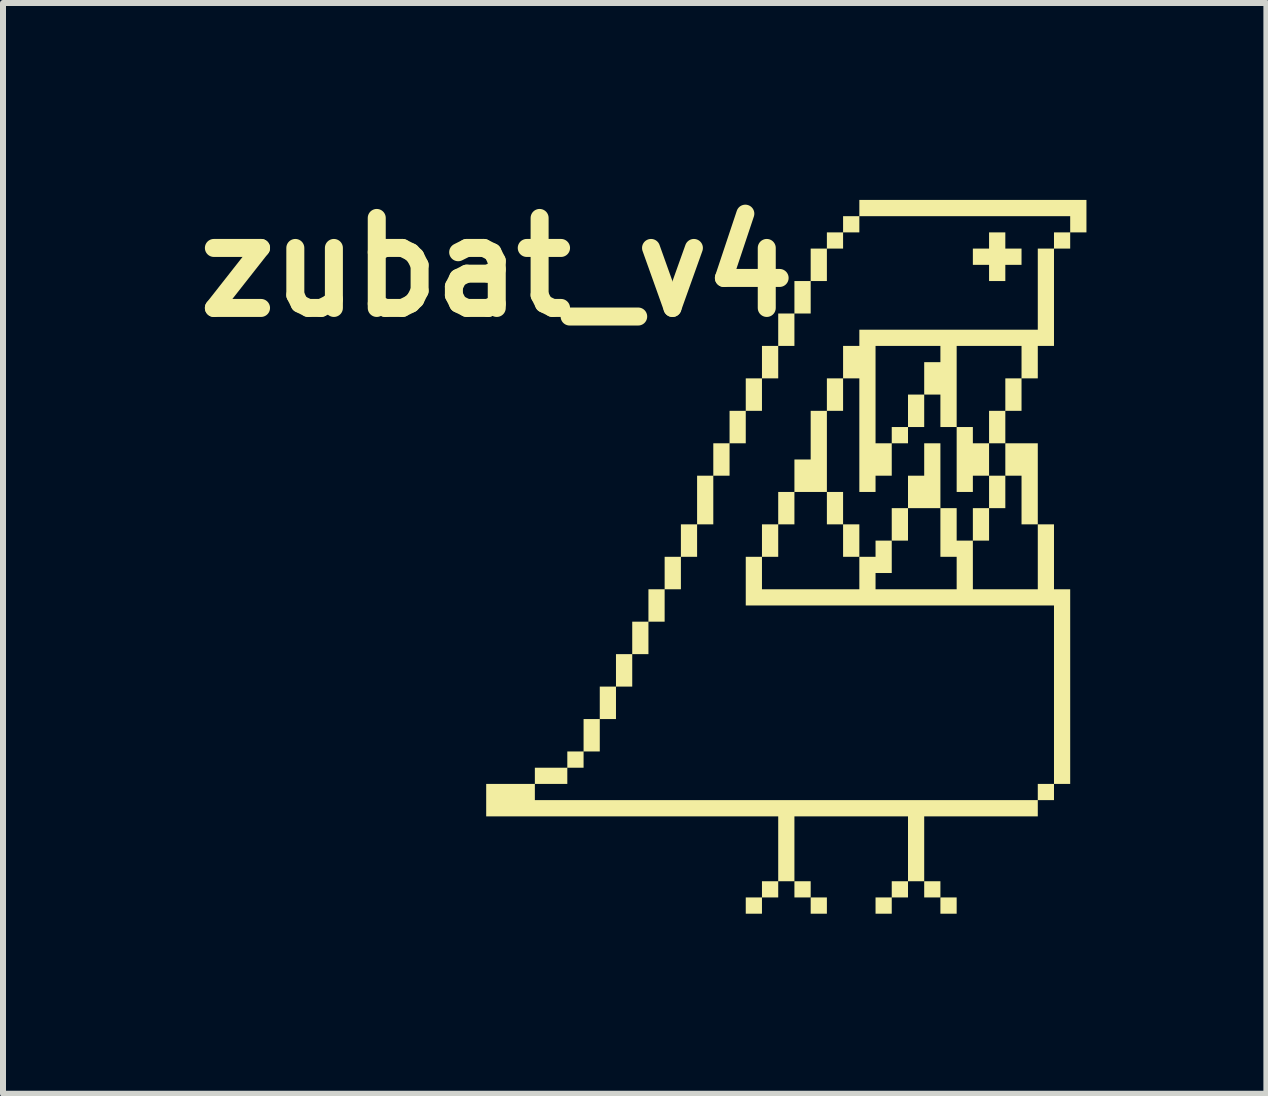
<source format=kicad_pcb>
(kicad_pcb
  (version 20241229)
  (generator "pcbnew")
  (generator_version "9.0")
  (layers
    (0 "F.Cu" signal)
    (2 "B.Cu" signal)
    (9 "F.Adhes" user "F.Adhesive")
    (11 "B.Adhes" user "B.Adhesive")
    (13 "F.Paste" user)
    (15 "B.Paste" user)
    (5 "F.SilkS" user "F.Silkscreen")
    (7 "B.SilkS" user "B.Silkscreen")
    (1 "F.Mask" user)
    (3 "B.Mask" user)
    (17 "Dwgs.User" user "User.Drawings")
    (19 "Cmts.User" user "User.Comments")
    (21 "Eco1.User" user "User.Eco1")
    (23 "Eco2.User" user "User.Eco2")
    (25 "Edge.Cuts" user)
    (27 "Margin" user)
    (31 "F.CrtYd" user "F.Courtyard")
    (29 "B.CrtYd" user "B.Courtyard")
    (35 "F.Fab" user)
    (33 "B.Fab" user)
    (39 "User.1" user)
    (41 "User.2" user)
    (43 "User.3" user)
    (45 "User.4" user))
  (footprint "zubat_v4"
    (layer "F.Cu")
    (at 10.055 6.23)
    (property "Reference" "zubat_v4" (at -4.826 -4.826 0) (layer "F.SilkS") (effects (font (size 1.5 1.5) (thickness 0.3))))
    (attr board_only exclude_from_pos_files exclude_from_bom)
    (fp_poly (pts (xy 0.406 5.542) (xy 0.406 5.677) (xy 0.27 5.677) (xy 0.135 5.677) (xy 0.135 5.542) (xy 0.135 5.407) (xy 0.27 5.407) (xy 0.406 5.407)) (stroke (width 0) (type solid)) (fill yes) (layer "F.SilkS"))
    (fp_poly (pts (xy 0.676 5.813) (xy 0.676 5.948) (xy 0.541 5.948) (xy 0.406 5.948) (xy 0.406 5.813) (xy 0.406 5.677) (xy 0.541 5.677) (xy 0.676 5.677)) (stroke (width 0) (type solid)) (fill yes) (layer "F.SilkS"))
    (fp_poly (pts (xy 0.946 -0.811) (xy 0.946 -0.541) (xy 0.811 -0.541) (xy 0.676 -0.541) (xy 0.676 -0.811) (xy 0.676 -1.081) (xy 0.811 -1.081) (xy 0.946 -1.081)) (stroke (width 0) (type solid)) (fill yes) (layer "F.SilkS"))
    (fp_poly (pts (xy 1.217 -0.27) (xy 1.217 0) (xy 1.081 0) (xy 0.946 0) (xy 0.946 -0.27) (xy 0.946 -0.541) (xy 1.081 -0.541) (xy 1.217 -0.541)) (stroke (width 0) (type solid)) (fill yes) (layer "F.SilkS"))
    (fp_poly (pts (xy 2.568 5.542) (xy 2.568 5.677) (xy 2.433 5.677) (xy 2.298 5.677) (xy 2.298 5.542) (xy 2.298 5.407) (xy 2.433 5.407) (xy 2.568 5.407)) (stroke (width 0) (type solid)) (fill yes) (layer "F.SilkS"))
    (fp_poly (pts (xy 2.839 5.813) (xy 2.839 5.948) (xy 2.704 5.948) (xy 2.568 5.948) (xy 2.568 5.813) (xy 2.568 5.677) (xy 2.704 5.677) (xy 2.839 5.677)) (stroke (width 0) (type solid)) (fill yes) (layer "F.SilkS"))
    (fp_poly (pts (xy 4.191 -1.217) (xy 4.191 -0.541) (xy 4.055 -0.541) (xy 3.92 -0.541) (xy 3.92 -0.946) (xy 3.92 -1.352) (xy 3.785 -1.352) (xy 3.65 -1.352) (xy 3.65 -1.622) (xy 3.65 -1.892) (xy 3.92 -1.892) (xy 4.191 -1.892)) (stroke (width 0) (type solid)) (fill yes) (layer "F.SilkS"))
    (fp_poly (pts (xy 2.298 -2.433) (xy 2.298 -2.163) (xy 2.163 -2.163) (xy 2.028 -2.163) (xy 2.028 -2.028) (xy 2.028 -1.892) (xy 1.892 -1.892) (xy 1.757 -1.892) (xy 1.757 -2.028) (xy 1.757 -2.163) (xy 1.892 -2.163) (xy 2.028 -2.163) (xy 2.028 -2.433) (xy 2.028 -2.704) (xy 2.163 -2.704) (xy 2.298 -2.704)) (stroke (width 0) (type solid)) (fill yes) (layer "F.SilkS"))
    (fp_poly (pts (xy 3.109 -2.028) (xy 3.109 -1.892) (xy 3.244 -1.892) (xy 3.379 -1.892) (xy 3.379 -1.622) (xy 3.379 -1.352) (xy 3.244 -1.352) (xy 3.109 -1.352) (xy 3.109 -1.217) (xy 3.109 -1.081) (xy 2.974 -1.081) (xy 2.839 -1.081) (xy 2.839 -1.622) (xy 2.839 -2.163) (xy 2.974 -2.163) (xy 3.109 -2.163)) (stroke (width 0) (type solid)) (fill yes) (layer "F.SilkS"))
    (fp_poly (pts (xy 3.65 -1.081) (xy 3.65 -0.811) (xy 3.515 -0.811) (xy 3.379 -0.811) (xy 3.379 -0.541) (xy 3.379 -0.27) (xy 3.244 -0.27) (xy 3.109 -0.27) (xy 3.109 -0.541) (xy 3.109 -0.811) (xy 3.244 -0.811) (xy 3.379 -0.811) (xy 3.379 -1.081) (xy 3.379 -1.352) (xy 3.515 -1.352) (xy 3.65 -1.352)) (stroke (width 0) (type solid)) (fill yes) (layer "F.SilkS"))
    (fp_poly (pts (xy 2.568 -1.352) (xy 2.568 -0.811) (xy 2.298 -0.811) (xy 2.028 -0.811) (xy 2.028 -0.541) (xy 2.028 -0.27) (xy 1.892 -0.27) (xy 1.757 -0.27) (xy 1.757 -0.541) (xy 1.757 -0.811) (xy 1.892 -0.811) (xy 2.028 -0.811) (xy 2.028 -1.081) (xy 2.028 -1.352) (xy 2.163 -1.352) (xy 2.298 -1.352) (xy 2.298 -1.622) (xy 2.298 -1.892) (xy 2.433 -1.892) (xy 2.568 -1.892)) (stroke (width 0) (type solid)) (fill yes) (layer "F.SilkS"))
    (fp_poly (pts (xy 3.65 -5.272) (xy 3.65 -5.137) (xy 3.785 -5.137) (xy 3.92 -5.137) (xy 3.92 -5.002) (xy 3.92 -4.866) (xy 3.785 -4.866) (xy 3.65 -4.866) (xy 3.65 -4.731) (xy 3.65 -4.596) (xy 3.515 -4.596) (xy 3.379 -4.596) (xy 3.379 -4.731) (xy 3.379 -4.866) (xy 3.244 -4.866) (xy 3.109 -4.866) (xy 3.109 -5.002) (xy 3.109 -5.137) (xy 3.244 -5.137) (xy 3.379 -5.137) (xy 3.379 -5.272) (xy 3.379 -5.407) (xy 3.515 -5.407) (xy 3.65 -5.407)) (stroke (width 0) (type solid)) (fill yes) (layer "F.SilkS"))
    (fp_poly (pts (xy 0.946 -2.704) (xy 0.946 -2.433) (xy 0.811 -2.433) (xy 0.676 -2.433) (xy 0.676 -1.757) (xy 0.676 -1.081) (xy 0.406 -1.081) (xy 0.135 -1.081) (xy 0.135 -0.811) (xy 0.135 -0.541) (xy 0 -0.541) (xy -0.135 -0.541) (xy -0.135 -0.27) (xy -0.135 0) (xy -0.27 0) (xy -0.406 0) (xy -0.406 -0.27) (xy -0.406 -0.541) (xy -0.27 -0.541) (xy -0.135 -0.541) (xy -0.135 -0.811) (xy -0.135 -1.081) (xy 0 -1.081) (xy 0.135 -1.081) (xy 0.135 -1.352) (xy 0.135 -1.622) (xy 0.27 -1.622) (xy 0.406 -1.622) (xy 0.406 -2.028) (xy 0.406 -2.433) (xy 0.541 -2.433) (xy 0.676 -2.433) (xy 0.676 -2.704) (xy 0.676 -2.974) (xy 0.811 -2.974) (xy 0.946 -2.974)) (stroke (width 0) (type solid)) (fill yes) (layer "F.SilkS"))
    (fp_poly (pts (xy 5.002 -5.677) (xy 5.002 -5.407) (xy 4.866 -5.407) (xy 4.731 -5.407) (xy 4.731 -5.272) (xy 4.731 -5.137) (xy 4.596 -5.137) (xy 4.461 -5.137) (xy 4.461 -4.326) (xy 4.461 -3.515) (xy 4.326 -3.515) (xy 4.191 -3.515) (xy 4.191 -3.244) (xy 4.191 -2.974) (xy 4.055 -2.974) (xy 3.92 -2.974) (xy 3.92 -2.704) (xy 3.92 -2.433) (xy 3.785 -2.433) (xy 3.65 -2.433) (xy 3.65 -2.163) (xy 3.65 -1.892) (xy 3.515 -1.892) (xy 3.379 -1.892) (xy 3.379 -2.163) (xy 3.379 -2.433) (xy 3.515 -2.433) (xy 3.65 -2.433) (xy 3.65 -2.704) (xy 3.65 -2.974) (xy 3.785 -2.974) (xy 3.92 -2.974) (xy 3.92 -3.244) (xy 3.92 -3.515) (xy 3.379 -3.515) (xy 2.839 -3.515) (xy 2.839 -2.839) (xy 2.839 -2.163) (xy 2.704 -2.163) (xy 2.568 -2.163) (xy 2.568 -2.433) (xy 2.568 -2.704) (xy 2.433 -2.704) (xy 2.298 -2.704) (xy 2.298 -2.974) (xy 2.298 -3.244) (xy 2.433 -3.244) (xy 2.568 -3.244) (xy 2.568 -3.379) (xy 2.568 -3.515) (xy 2.028 -3.515) (xy 1.487 -3.515) (xy 1.487 -2.704) (xy 1.487 -1.892) (xy 1.622 -1.892) (xy 1.757 -1.892) (xy 1.757 -1.622) (xy 1.757 -1.352) (xy 1.622 -1.352) (xy 1.487 -1.352) (xy 1.487 -1.217) (xy 1.487 -1.081) (xy 1.352 -1.081) (xy 1.217 -1.081) (xy 1.217 -2.028) (xy 1.217 -2.974) (xy 1.081 -2.974) (xy 0.946 -2.974) (xy 0.946 -3.244) (xy 0.946 -3.515) (xy 1.081 -3.515) (xy 1.217 -3.515) (xy 1.217 -3.65) (xy 1.217 -3.785) (xy 2.704 -3.785) (xy 4.191 -3.785) (xy 4.191 -4.461) (xy 4.191 -5.137) (xy 4.326 -5.137) (xy 4.461 -5.137) (xy 4.461 -5.272) (xy 4.461 -5.407) (xy 4.596 -5.407) (xy 4.731 -5.407) (xy 4.731 -5.542) (xy 4.731 -5.677) (xy 2.974 -5.677) (xy 1.217 -5.677) (xy 1.217 -5.542) (xy 1.217 -5.407) (xy 1.081 -5.407) (xy 0.946 -5.407) (xy 0.946 -5.272) (xy 0.946 -5.137) (xy 0.811 -5.137) (xy 0.676 -5.137) (xy 0.676 -4.866) (xy 0.676 -4.596) (xy 0.541 -4.596) (xy 0.406 -4.596) (xy 0.406 -4.326) (xy 0.406 -4.055) (xy 0.27 -4.055) (xy 0.135 -4.055) (xy 0.135 -3.785) (xy 0.135 -3.515) (xy 0 -3.515) (xy -0.135 -3.515) (xy -0.135 -3.244) (xy -0.135 -2.974) (xy -0.27 -2.974) (xy -0.406 -2.974) (xy -0.406 -2.704) (xy -0.406 -2.433) (xy -0.541 -2.433) (xy -0.676 -2.433) (xy -0.676 -2.163) (xy -0.676 -1.892) (xy -0.811 -1.892) (xy -0.946 -1.892) (xy -0.946 -1.622) (xy -0.946 -1.352) (xy -1.081 -1.352) (xy -1.217 -1.352) (xy -1.217 -0.946) (xy -1.217 -0.541) (xy -1.352 -0.541) (xy -1.487 -0.541) (xy -1.487 -0.27) (xy -1.487 0) (xy -1.622 0) (xy -1.757 0) (xy -1.757 0.27) (xy -1.757 0.541) (xy -1.892 0.541) (xy -2.028 0.541) (xy -2.028 0.811) (xy -2.028 1.081) (xy -2.163 1.081) (xy -2.298 1.081) (xy -2.298 1.352) (xy -2.298 1.622) (xy -2.433 1.622) (xy -2.568 1.622) (xy -2.568 1.892) (xy -2.568 2.163) (xy -2.704 2.163) (xy -2.839 2.163) (xy -2.839 2.433) (xy -2.839 2.704) (xy -2.974 2.704) (xy -3.109 2.704) (xy -3.109 2.974) (xy -3.109 3.244) (xy -3.244 3.244) (xy -3.379 3.244) (xy -3.379 3.379) (xy -3.379 3.515) (xy -3.515 3.515) (xy -3.65 3.515) (xy -3.65 3.65) (xy -3.65 3.785) (xy -3.92 3.785) (xy -4.191 3.785) (xy -4.191 3.92) (xy -4.191 4.055) (xy 0 4.055) (xy 4.191 4.055) (xy 4.191 3.92) (xy 4.191 3.785) (xy 4.326 3.785) (xy 4.461 3.785) (xy 4.461 2.298) (xy 4.461 0.811) (xy 1.892 0.811) (xy -0.676 0.811) (xy -0.676 0.406) (xy -0.676 0) (xy -0.541 0) (xy -0.406 0) (xy -0.406 0.27) (xy -0.406 0.541) (xy 0.406 0.541) (xy 1.217 0.541) (xy 1.217 0.27) (xy 1.217 0) (xy 1.352 0) (xy 1.487 0) (xy 1.487 -0.135) (xy 1.487 -0.27) (xy 1.622 -0.27) (xy 1.757 -0.27) (xy 1.757 0) (xy 1.757 0.27) (xy 1.622 0.27) (xy 1.487 0.27) (xy 1.487 0.406) (xy 1.487 0.541) (xy 2.163 0.541) (xy 2.839 0.541) (xy 2.839 0.27) (xy 2.839 0) (xy 2.704 0) (xy 2.568 0) (xy 2.568 -0.406) (xy 2.568 -0.811) (xy 2.704 -0.811) (xy 2.839 -0.811) (xy 2.839 -0.541) (xy 2.839 -0.27) (xy 2.974 -0.27) (xy 3.109 -0.27) (xy 3.109 0.135) (xy 3.109 0.541) (xy 3.65 0.541) (xy 4.191 0.541) (xy 4.191 0) (xy 4.191 -0.541) (xy 4.326 -0.541) (xy 4.461 -0.541) (xy 4.461 0) (xy 4.461 0.541) (xy 4.596 0.541) (xy 4.731 0.541) (xy 4.731 2.163) (xy 4.731 3.785) (xy 4.596 3.785) (xy 4.461 3.785) (xy 4.461 3.92) (xy 4.461 4.055) (xy 4.326 4.055) (xy 4.191 4.055) (xy 4.191 4.191) (xy 4.191 4.326) (xy 3.244 4.326) (xy 2.298 4.326) (xy 2.298 4.866) (xy 2.298 5.407) (xy 2.163 5.407) (xy 2.028 5.407) (xy 2.028 5.542) (xy 2.028 5.677) (xy 1.892 5.677) (xy 1.757 5.677) (xy 1.757 5.813) (xy 1.757 5.948) (xy 1.622 5.948) (xy 1.487 5.948) (xy 1.487 5.813) (xy 1.487 5.677) (xy 1.622 5.677) (xy 1.757 5.677) (xy 1.757 5.542) (xy 1.757 5.407) (xy 1.892 5.407) (xy 2.028 5.407) (xy 2.028 4.866) (xy 2.028 4.326) (xy 1.081 4.326) (xy 0.135 4.326) (xy 0.135 4.866) (xy 0.135 5.407) (xy 0 5.407) (xy -0.135 5.407) (xy -0.135 5.542) (xy -0.135 5.677) (xy -0.27 5.677) (xy -0.406 5.677) (xy -0.406 5.813) (xy -0.406 5.948) (xy -0.541 5.948) (xy -0.676 5.948) (xy -0.676 5.813) (xy -0.676 5.677) (xy -0.541 5.677) (xy -0.406 5.677) (xy -0.406 5.542) (xy -0.406 5.407) (xy -0.27 5.407) (xy -0.135 5.407) (xy -0.135 4.866) (xy -0.135 4.326) (xy -2.568 4.326) (xy -5.002 4.326) (xy -5.002 4.055) (xy -5.002 3.785) (xy -4.596 3.785) (xy -4.191 3.785) (xy -4.191 3.65) (xy -4.191 3.515) (xy -3.92 3.515) (xy -3.65 3.515) (xy -3.65 3.379) (xy -3.65 3.244) (xy -3.515 3.244) (xy -3.379 3.244) (xy -3.379 2.974) (xy -3.379 2.704) (xy -3.244 2.704) (xy -3.109 2.704) (xy -3.109 2.433) (xy -3.109 2.163) (xy -2.974 2.163) (xy -2.839 2.163) (xy -2.839 1.892) (xy -2.839 1.622) (xy -2.704 1.622) (xy -2.568 1.622) (xy -2.568 1.352) (xy -2.568 1.081) (xy -2.433 1.081) (xy -2.298 1.081) (xy -2.298 0.811) (xy -2.298 0.541) (xy -2.163 0.541) (xy -2.028 0.541) (xy -2.028 0.27) (xy -2.028 0) (xy -1.892 0) (xy -1.757 0) (xy -1.757 -0.27) (xy -1.757 -0.541) (xy -1.622 -0.541) (xy -1.487 -0.541) (xy -1.487 -0.946) (xy -1.487 -1.352) (xy -1.352 -1.352) (xy -1.217 -1.352) (xy -1.217 -1.622) (xy -1.217 -1.892) (xy -1.081 -1.892) (xy -0.946 -1.892) (xy -0.946 -2.163) (xy -0.946 -2.433) (xy -0.811 -2.433) (xy -0.676 -2.433) (xy -0.676 -2.704) (xy -0.676 -2.974) (xy -0.541 -2.974) (xy -0.406 -2.974) (xy -0.406 -3.244) (xy -0.406 -3.515) (xy -0.27 -3.515) (xy -0.135 -3.515) (xy -0.135 -3.785) (xy -0.135 -4.055) (xy 0 -4.055) (xy 0.135 -4.055) (xy 0.135 -4.326) (xy 0.135 -4.596) (xy 0.27 -4.596) (xy 0.406 -4.596) (xy 0.406 -4.866) (xy 0.406 -5.137) (xy 0.541 -5.137) (xy 0.676 -5.137) (xy 0.676 -5.272) (xy 0.676 -5.407) (xy 0.811 -5.407) (xy 0.946 -5.407) (xy 0.946 -5.542) (xy 0.946 -5.677) (xy 1.081 -5.677) (xy 1.217 -5.677) (xy 1.217 -5.813) (xy 1.217 -5.948) (xy 3.109 -5.948) (xy 5.002 -5.948)) (stroke (width 0) (type solid)) (fill yes) (layer "F.SilkS")))
  (gr_rect
    (start -3 -3)
    (end 18.056 15.178)
    (stroke (width 0.1) (type default))
    (fill no)
    (layer "Edge.Cuts")))
</source>
